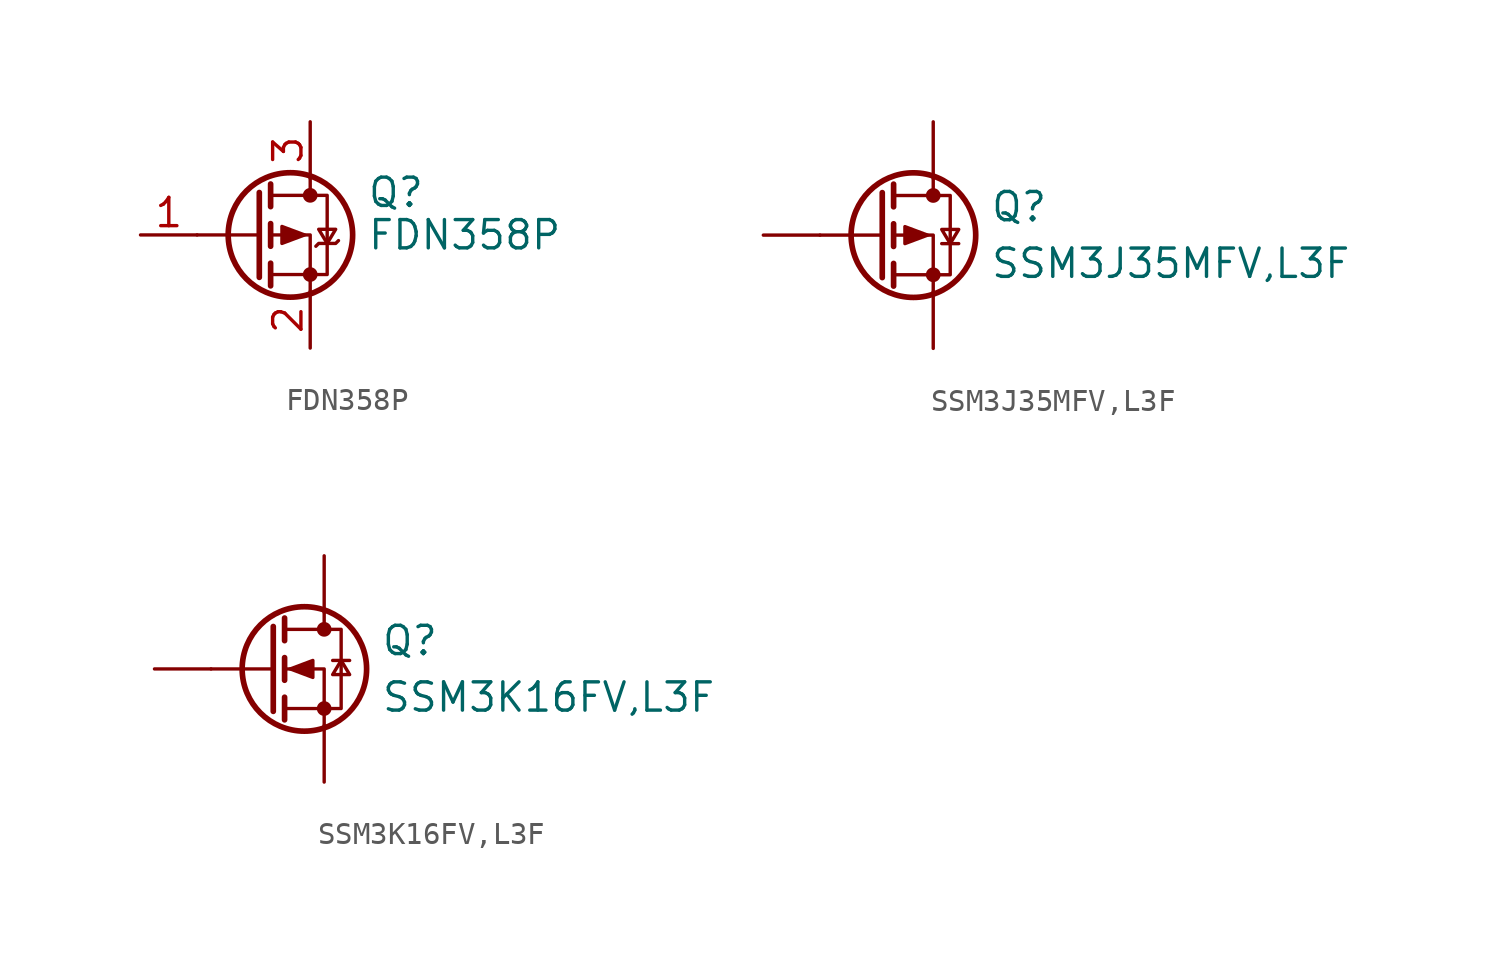
<source format=kicad_sym>
(kicad_symbol_lib
  (version 20241209)
  (generator "kicad_symbol_editor")
  (generator_version "9.0")
  (symbol "FDN358P"
    (pin_names
      (hide yes))
    (property "Reference" "Q"
      (at 5.08 1.905 0)
      (effects (font (size 1.27 1.27)) (justify left)))
    (property "Value" "FDN358P"
      (at 5.08 0 0)
      (effects (font (size 1.27 1.27)) (justify left)))
    (symbol "FDN358P_0_1"
      (polyline (pts (xy 0.254 1.905) (xy 0.254 -1.905)) (stroke (width 0.254) (type default)) (fill (type none)))
      (polyline (pts (xy 0.254 0) (xy -2.54 0)) (stroke (width 0) (type default)) (fill (type none)))
      (polyline (pts (xy 0.762 2.286) (xy 0.762 1.27)) (stroke (width 0.254) (type default)) (fill (type none)))
      (polyline (pts (xy 0.762 1.778) (xy 3.302 1.778) (xy 3.302 -1.778) (xy 0.762 -1.778)) (stroke (width 0) (type default)) (fill (type none)))
      (polyline (pts (xy 0.762 0.508) (xy 0.762 -0.508)) (stroke (width 0.254) (type default)) (fill (type none)))
      (polyline (pts (xy 0.762 -1.27) (xy 0.762 -2.286)) (stroke (width 0.254) (type default)) (fill (type none)))
      (circle (center 1.651 0) (radius 2.794) (stroke (width 0.254) (type default)) (fill (type none)))
      (polyline (pts (xy 2.286 0) (xy 1.27 0.381) (xy 1.27 -0.381) (xy 2.286 0)) (stroke (width 0) (type default)) (fill (type outline)))
      (polyline (pts (xy 2.54 2.54) (xy 2.54 1.778)) (stroke (width 0) (type default)) (fill (type none)))
      (circle (center 2.54 1.778) (radius 0.254) (stroke (width 0) (type default)) (fill (type outline)))
      (circle (center 2.54 -1.778) (radius 0.254) (stroke (width 0) (type default)) (fill (type outline)))
      (polyline (pts (xy 2.54 -2.54) (xy 2.54 0) (xy 0.762 0)) (stroke (width 0) (type default)) (fill (type none)))
      (polyline (pts (xy 2.794 -0.508) (xy 2.921 -0.381) (xy 3.683 -0.381) (xy 3.81 -0.254)) (stroke (width 0) (type default)) (fill (type none)))
      (polyline (pts (xy 3.302 -0.381) (xy 2.921 0.254) (xy 3.683 0.254) (xy 3.302 -0.381)) (stroke (width 0) (type default)) (fill (type none))))
    (symbol "FDN358P_1_1"
      (pin input line (at -5.08 0 0) (length 2.54) (name "G" (effects (font (size 1.27 1.27)))) (number "1" (effects (font (size 1.27 1.27)))))
      (pin passive line (at 2.54 5.08 270) (length 2.54) (name "D" (effects (font (size 1.27 1.27)))) (number "3" (effects (font (size 1.27 1.27)))))
      (pin passive line (at 2.54 -5.08 90) (length 2.54) (name "S" (effects (font (size 1.27 1.27)))) (number "2" (effects (font (size 1.27 1.27)))))))
  (symbol "SSM3J35MFV,L3F"
    (pin_numbers
      (hide yes))
    (pin_names
      (offset 0)
      (hide yes))
    (property "Reference" "Q"
      (at 5.08 1.27 0)
      (effects (font (size 1.27 1.27)) (justify left)))
    (property "Value" "SSM3J35MFV,L3F"
      (at 5.08 -1.27 0)
      (effects (font (size 1.27 1.27)) (justify left)))
    (symbol "SSM3J35MFV,L3F_0_1"
      (polyline (pts (xy 0.254 1.905) (xy 0.254 -1.905)) (stroke (width 0.254) (type default)) (fill (type none)))
      (polyline (pts (xy 0.254 0) (xy -2.54 0)) (stroke (width 0) (type default)) (fill (type none)))
      (polyline (pts (xy 0.762 2.286) (xy 0.762 1.27)) (stroke (width 0.254) (type default)) (fill (type none)))
      (polyline (pts (xy 0.762 1.778) (xy 3.302 1.778) (xy 3.302 -1.778) (xy 0.762 -1.778)) (stroke (width 0) (type default)) (fill (type none)))
      (polyline (pts (xy 0.762 0.508) (xy 0.762 -0.508)) (stroke (width 0.254) (type default)) (fill (type none)))
      (polyline (pts (xy 0.762 -1.27) (xy 0.762 -2.286)) (stroke (width 0.254) (type default)) (fill (type none)))
      (circle (center 1.651 0) (radius 2.794) (stroke (width 0.254) (type default)) (fill (type none)))
      (polyline (pts (xy 2.286 0) (xy 1.27 0.381) (xy 1.27 -0.381) (xy 2.286 0)) (stroke (width 0) (type default)) (fill (type outline)))
      (polyline (pts (xy 2.54 2.54) (xy 2.54 1.778)) (stroke (width 0) (type default)) (fill (type none)))
      (circle (center 2.54 1.778) (radius 0.254) (stroke (width 0) (type default)) (fill (type outline)))
      (circle (center 2.54 -1.778) (radius 0.254) (stroke (width 0) (type default)) (fill (type outline)))
      (polyline (pts (xy 2.54 -2.54) (xy 2.54 0) (xy 0.762 0)) (stroke (width 0) (type default)) (fill (type none)))
      (polyline (pts (xy 2.921 -0.381) (xy 3.683 -0.381)) (stroke (width 0) (type default)) (fill (type none)))
      (polyline (pts (xy 3.302 -0.381) (xy 2.921 0.254) (xy 3.683 0.254) (xy 3.302 -0.381)) (stroke (width 0) (type default)) (fill (type none))))
    (symbol "SSM3J35MFV,L3F_1_1"
      (pin input line (at -5.08 0 0) (length 2.54) (name "G" (effects (font (size 1.27 1.27)))) (number "1" (effects (font (size 1.27 1.27)))))
      (pin passive line (at 2.54 5.08 270) (length 2.54) (name "D" (effects (font (size 1.27 1.27)))) (number "3" (effects (font (size 1.27 1.27)))))
      (pin passive line (at 2.54 -5.08 90) (length 2.54) (name "S" (effects (font (size 1.27 1.27)))) (number "2" (effects (font (size 1.27 1.27)))))))
  (symbol "SSM3K16FV,L3F"
    (pin_numbers
      (hide yes))
    (pin_names
      (offset 0)
      (hide yes))
    (property "Reference" "Q"
      (at 5.08 1.27 0)
      (effects (font (size 1.27 1.27)) (justify left)))
    (property "Value" "SSM3K16FV,L3F"
      (at 5.08 -1.27 0)
      (effects (font (size 1.27 1.27)) (justify left)))
    (symbol "SSM3K16FV,L3F_0_1"
      (polyline (pts (xy 0.254 1.905) (xy 0.254 -1.905)) (stroke (width 0.254) (type default)) (fill (type none)))
      (polyline (pts (xy 0.254 0) (xy -2.54 0)) (stroke (width 0) (type default)) (fill (type none)))
      (polyline (pts (xy 0.762 2.286) (xy 0.762 1.27)) (stroke (width 0.254) (type default)) (fill (type none)))
      (polyline (pts (xy 0.762 0.508) (xy 0.762 -0.508)) (stroke (width 0.254) (type default)) (fill (type none)))
      (polyline (pts (xy 0.762 -1.27) (xy 0.762 -2.286)) (stroke (width 0.254) (type default)) (fill (type none)))
      (polyline (pts (xy 0.762 -1.778) (xy 3.302 -1.778) (xy 3.302 1.778) (xy 0.762 1.778)) (stroke (width 0) (type default)) (fill (type none)))
      (polyline (pts (xy 1.016 0) (xy 2.032 0.381) (xy 2.032 -0.381) (xy 1.016 0)) (stroke (width 0) (type default)) (fill (type outline)))
      (circle (center 1.651 0) (radius 2.794) (stroke (width 0.254) (type default)) (fill (type none)))
      (polyline (pts (xy 2.54 2.54) (xy 2.54 1.778)) (stroke (width 0) (type default)) (fill (type none)))
      (circle (center 2.54 1.778) (radius 0.254) (stroke (width 0) (type default)) (fill (type outline)))
      (circle (center 2.54 -1.778) (radius 0.254) (stroke (width 0) (type default)) (fill (type outline)))
      (polyline (pts (xy 2.54 -2.54) (xy 2.54 0) (xy 0.762 0)) (stroke (width 0) (type default)) (fill (type none)))
      (polyline (pts (xy 2.921 0.381) (xy 3.683 0.381)) (stroke (width 0) (type default)) (fill (type none)))
      (polyline (pts (xy 3.302 0.381) (xy 2.921 -0.254) (xy 3.683 -0.254) (xy 3.302 0.381)) (stroke (width 0) (type default)) (fill (type none))))
    (symbol "SSM3K16FV,L3F_1_1"
      (pin input line (at -5.08 0 0) (length 2.54) (name "G" (effects (font (size 1.27 1.27)))) (number "1" (effects (font (size 1.27 1.27)))))
      (pin passive line (at 2.54 5.08 270) (length 2.54) (name "D" (effects (font (size 1.27 1.27)))) (number "3" (effects (font (size 1.27 1.27)))))
      (pin passive line (at 2.54 -5.08 90) (length 2.54) (name "S" (effects (font (size 1.27 1.27)))) (number "2" (effects (font (size 1.27 1.27))))))))
</source>
